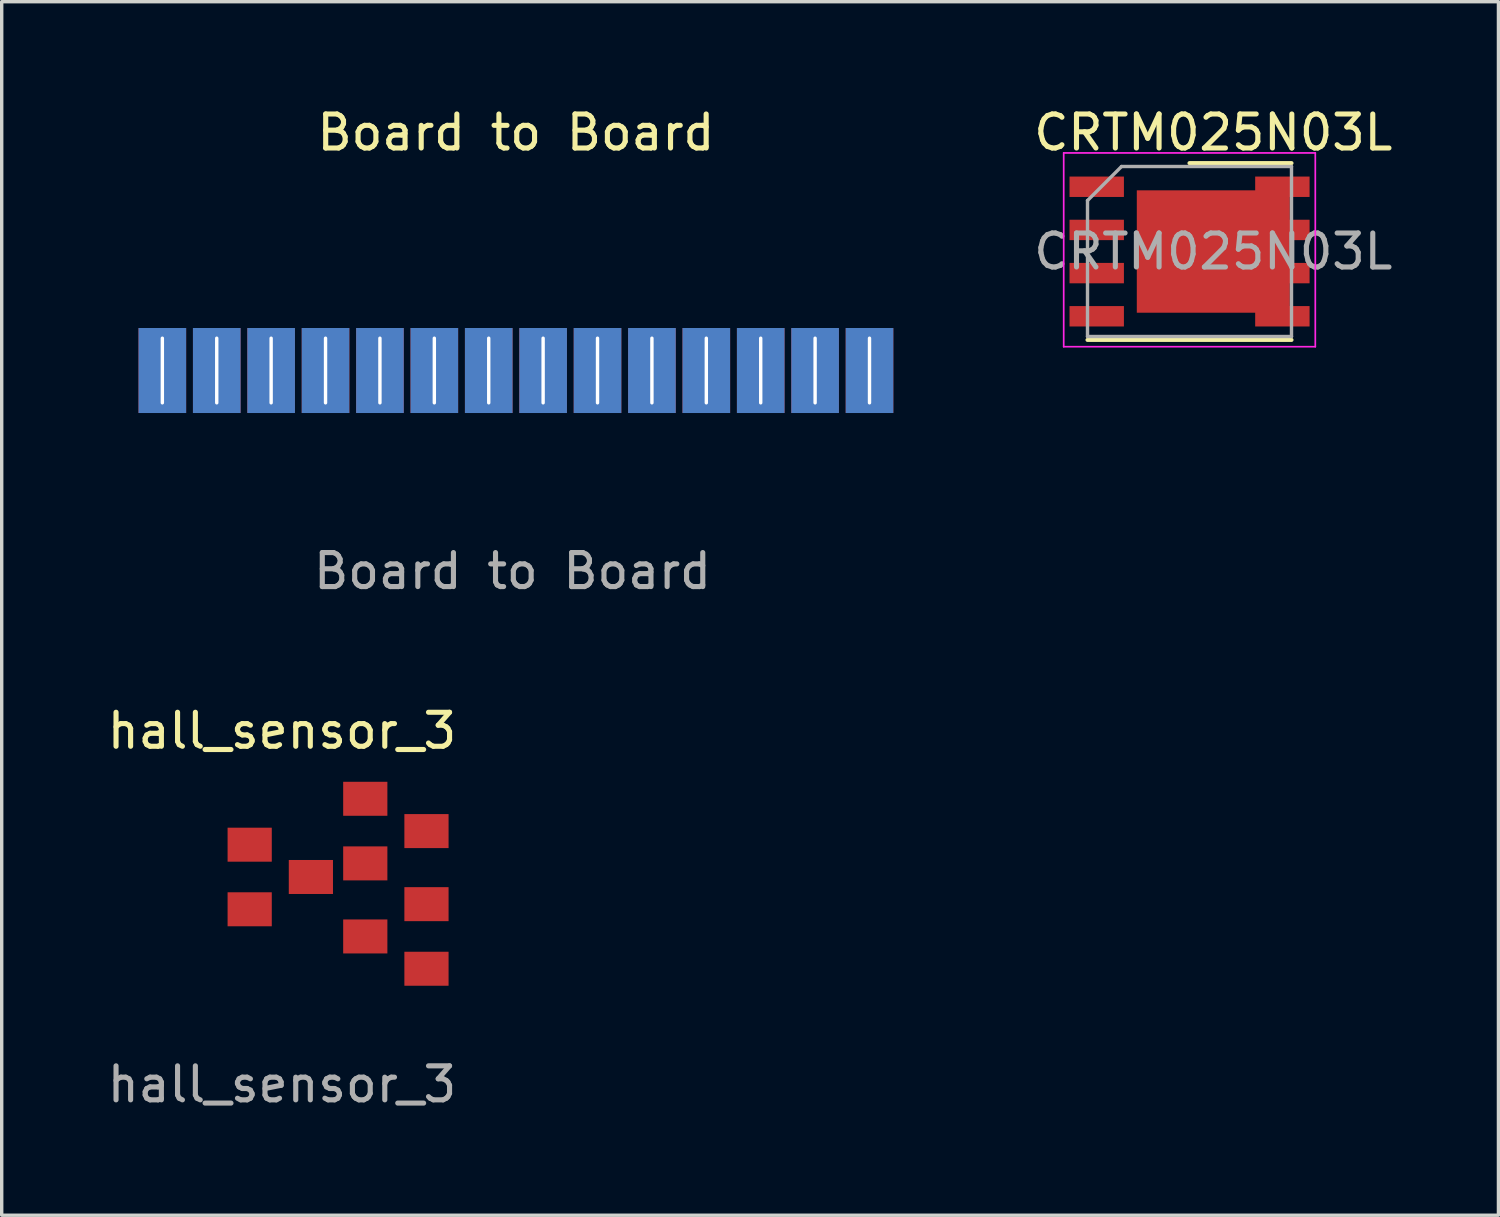
<source format=kicad_pcb>
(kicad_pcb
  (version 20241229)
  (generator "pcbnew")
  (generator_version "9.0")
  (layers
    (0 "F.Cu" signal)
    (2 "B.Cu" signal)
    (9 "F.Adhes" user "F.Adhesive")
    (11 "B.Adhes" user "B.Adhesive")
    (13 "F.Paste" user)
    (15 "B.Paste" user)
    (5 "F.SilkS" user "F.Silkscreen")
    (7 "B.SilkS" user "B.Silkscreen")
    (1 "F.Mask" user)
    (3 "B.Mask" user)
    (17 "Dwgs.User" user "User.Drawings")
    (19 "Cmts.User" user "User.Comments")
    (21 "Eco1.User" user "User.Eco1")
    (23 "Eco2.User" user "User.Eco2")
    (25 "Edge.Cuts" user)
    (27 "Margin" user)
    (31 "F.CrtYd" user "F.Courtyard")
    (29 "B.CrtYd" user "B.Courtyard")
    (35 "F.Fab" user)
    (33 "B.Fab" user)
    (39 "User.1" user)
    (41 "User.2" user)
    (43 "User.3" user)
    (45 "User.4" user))
  (footprint "CRTM025N03L"
    (layer "F.Cu")
    (at 32.637 4.348)
    (property "Reference" "CRTM025N03L" (at 0 -3.5 0) (layer "F.SilkS") (effects (font (size 1 1) (thickness 0.15))))
    (attr smd)
    (fp_line (start -3.7 2.6) (end 2.3 2.6) (stroke (width 0.12) (type solid)) (layer "F.SilkS"))
    (fp_line (start -0.7 -2.6) (end 2.3 -2.6) (stroke (width 0.12) (type solid)) (layer "F.SilkS"))
    (fp_line (start -4.4 -2.9) (end 3 -2.9) (stroke (width 0.05) (type solid)) (layer "F.CrtYd"))
    (fp_line (start -4.4 2.8) (end -4.4 -2.9) (stroke (width 0.05) (type solid)) (layer "F.CrtYd"))
    (fp_line (start 3 -2.9) (end 3 2.8) (stroke (width 0.05) (type solid)) (layer "F.CrtYd"))
    (fp_line (start 3 2.8) (end -4.4 2.8) (stroke (width 0.05) (type solid)) (layer "F.CrtYd"))
    (fp_line (start -3.7 2.5) (end -3.7 -1.5) (stroke (width 0.1) (type solid)) (layer "F.Fab"))
    (fp_line (start -2.7 -2.5) (end -3.7 -1.5) (stroke (width 0.1) (type solid)) (layer "F.Fab"))
    (fp_line (start -2.7 -2.5) (end 2.3 -2.5) (stroke (width 0.1) (type solid)) (layer "F.Fab"))
    (fp_line (start 2.3 -2.5) (end 2.3 2.5) (stroke (width 0.1) (type solid)) (layer "F.Fab"))
    (fp_line (start 2.3 2.5) (end -3.7 2.5) (stroke (width 0.1) (type solid)) (layer "F.Fab"))
    (fp_text user "${REFERENCE}" (at 0 0 0) (layer "F.Fab") (effects (font (size 1 1) (thickness 0.15))))
    (pad "" smd rect (at -1.5 -1.5 270) (size 0.8 0.8) (layers "F.Paste"))
    (pad "" smd rect (at -1.5 -0.5 270) (size 0.8 0.8) (layers "F.Paste"))
    (pad "" smd rect (at -1.5 0.5 270) (size 0.8 0.8) (layers "F.Paste"))
    (pad "" smd rect (at -1.5 1.5 270) (size 0.8 0.8) (layers "F.Paste"))
    (pad "" smd rect (at -0.5 -1.5 270) (size 0.8 0.8) (layers "F.Paste"))
    (pad "" smd rect (at -0.5 -0.5 270) (size 0.8 0.8) (layers "F.Paste"))
    (pad "" smd rect (at -0.5 0.5 270) (size 0.8 0.8) (layers "F.Paste"))
    (pad "" smd rect (at -0.5 1.5 270) (size 0.8 0.8) (layers "F.Paste"))
    (pad "" smd rect (at 0.5 -1.5 270) (size 0.8 0.8) (layers "F.Paste"))
    (pad "" smd rect (at 0.5 -0.5 270) (size 0.8 0.8) (layers "F.Paste"))
    (pad "" smd rect (at 0.5 0.5 270) (size 0.8 0.8) (layers "F.Paste"))
    (pad "" smd rect (at 0.5 1.5 270) (size 0.8 0.8) (layers "F.Paste"))
    (pad "" smd rect (at 1.5 -1.5 270) (size 0.8 0.8) (layers "F.Paste"))
    (pad "" smd rect (at 1.5 -0.5 270) (size 0.8 0.8) (layers "F.Paste"))
    (pad "" smd rect (at 1.5 0.5 270) (size 0.8 0.8) (layers "F.Paste"))
    (pad "" smd rect (at 1.5 1.5 270) (size 0.8 0.8) (layers "F.Paste"))
    (pad "1" smd rect (at -3.429 -1.905 270) (size 0.6 1.6) (layers "F.Cu" "F.Mask" "F.Paste"))
    (pad "2" smd rect (at -3.429 -0.635 270) (size 0.6 1.6) (layers "F.Cu" "F.Mask" "F.Paste"))
    (pad "3" smd rect (at -3.429 0.635 270) (size 0.6 1.6) (layers "F.Cu" "F.Mask" "F.Paste"))
    (pad "4" smd rect (at -3.429 1.905 270) (size 0.6 1.6) (layers "F.Cu" "F.Mask" "F.Paste"))
    (pad "5" smd rect (at 2.032 1.905 270) (size 0.6 1.6) (layers "F.Cu" "F.Mask" "F.Paste"))
    (pad "6" smd rect (at 2.032 0.635 270) (size 0.6 1.6) (layers "F.Cu" "F.Mask" "F.Paste"))
    (pad "7" smd rect (at 2.032 -0.635 270) (size 0.6 1.6) (layers "F.Cu" "F.Mask" "F.Paste"))
    (pad "8" smd rect (at 2.032 -1.905 270) (size 0.6 1.6) (layers "F.Cu" "F.Mask" "F.Paste"))
    (pad "9" smd rect (at 0 0 180) (size 4.5 3.6) (layers "F.Cu" "F.Mask")))
  (footprint "Board to Board"
    (layer "F.Cu")
    (at 12.125 6.848)
    (property "Reference" "Board to Board" (at 0 -6 0) (unlocked yes) (layer "F.SilkS") (effects (font (size 1 1) (thickness 0.15))))
    (attr through_hole)
    (fp_line (start -10.4 0) (end -12 0) (stroke (width 0.25) (type solid)) (layer "User.1"))
    (fp_line (start -10.4 1.5) (end -10.4 0) (stroke (width 0.25) (type solid)) (layer "User.1"))
    (fp_line (start -9.9 2) (end -9.3 2) (stroke (width 0.25) (type solid)) (layer "User.1"))
    (fp_line (start -8.8 0) (end -8.8 1.5) (stroke (width 0.25) (type solid)) (layer "User.1"))
    (fp_line (start -7.2 0) (end -8.8 0) (stroke (width 0.25) (type solid)) (layer "User.1"))
    (fp_line (start -7.2 1.5) (end -7.2 0) (stroke (width 0.25) (type solid)) (layer "User.1"))
    (fp_line (start -6.7 2) (end -6.1 2) (stroke (width 0.25) (type solid)) (layer "User.1"))
    (fp_line (start -5.6 0) (end -5.6 1.5) (stroke (width 0.25) (type solid)) (layer "User.1"))
    (fp_line (start -4 0) (end -5.6 0) (stroke (width 0.25) (type solid)) (layer "User.1"))
    (fp_line (start -4 1.5) (end -4 0) (stroke (width 0.25) (type solid)) (layer "User.1"))
    (fp_line (start -3.5 2) (end -2.9 2) (stroke (width 0.25) (type solid)) (layer "User.1"))
    (fp_line (start -2.4 0) (end -2.4 1.5) (stroke (width 0.25) (type solid)) (layer "User.1"))
    (fp_line (start -0.8 0) (end -2.4 0) (stroke (width 0.25) (type solid)) (layer "User.1"))
    (fp_line (start -0.8 1.5) (end -0.8 0) (stroke (width 0.25) (type solid)) (layer "User.1"))
    (fp_line (start -0.3 2) (end 0.3 2) (stroke (width 0.25) (type solid)) (layer "User.1"))
    (fp_line (start 0.8 0) (end 0.8 1.5) (stroke (width 0.25) (type solid)) (layer "User.1"))
    (fp_line (start 2.4 0) (end 0.8 0) (stroke (width 0.25) (type solid)) (layer "User.1"))
    (fp_line (start 2.4 1.5) (end 2.4 0) (stroke (width 0.25) (type solid)) (layer "User.1"))
    (fp_line (start 2.9 2) (end 3.5 2) (stroke (width 0.25) (type solid)) (layer "User.1"))
    (fp_line (start 4 0) (end 4 1.5) (stroke (width 0.25) (type solid)) (layer "User.1"))
    (fp_line (start 5.6 0) (end 4 0) (stroke (width 0.25) (type solid)) (layer "User.1"))
    (fp_line (start 5.6 1.5) (end 5.6 0) (stroke (width 0.25) (type solid)) (layer "User.1"))
    (fp_line (start 6.1 2) (end 6.7 2) (stroke (width 0.25) (type solid)) (layer "User.1"))
    (fp_line (start 7.2 0) (end 7.2 1.5) (stroke (width 0.25) (type solid)) (layer "User.1"))
    (fp_line (start 8.8 0) (end 7.2 0) (stroke (width 0.25) (type solid)) (layer "User.1"))
    (fp_line (start 8.8 1.5) (end 8.8 0) (stroke (width 0.25) (type solid)) (layer "User.1"))
    (fp_line (start 9.3 2) (end 9.9 2) (stroke (width 0.25) (type solid)) (layer "User.1"))
    (fp_line (start 10.4 0) (end 10.4 1.5) (stroke (width 0.25) (type solid)) (layer "User.1"))
    (fp_line (start 12 0) (end 10.4 0) (stroke (width 0.25) (type solid)) (layer "User.1"))
    (fp_arc (start -9.9 2) (mid -10.253553 1.853553) (end -10.4 1.5) (stroke (width 0.25) (type solid)) (layer "User.1"))
    (fp_arc (start -8.8 1.5) (mid -8.946447 1.853553) (end -9.3 2) (stroke (width 0.25) (type solid)) (layer "User.1"))
    (fp_arc (start -6.7 2) (mid -7.053553 1.853553) (end -7.2 1.5) (stroke (width 0.25) (type solid)) (layer "User.1"))
    (fp_arc (start -5.6 1.5) (mid -5.746447 1.853553) (end -6.1 2) (stroke (width 0.25) (type solid)) (layer "User.1"))
    (fp_arc (start -3.5 2) (mid -3.853553 1.853553) (end -4 1.5) (stroke (width 0.25) (type solid)) (layer "User.1"))
    (fp_arc (start -2.4 1.5) (mid -2.546447 1.853553) (end -2.9 2) (stroke (width 0.25) (type solid)) (layer "User.1"))
    (fp_arc (start -0.3 2) (mid -0.653553 1.853553) (end -0.8 1.5) (stroke (width 0.25) (type solid)) (layer "User.1"))
    (fp_arc (start 0.8 1.5) (mid 0.653553 1.853553) (end 0.3 2) (stroke (width 0.25) (type solid)) (layer "User.1"))
    (fp_arc (start 2.9 2) (mid 2.546447 1.853553) (end 2.4 1.5) (stroke (width 0.25) (type solid)) (layer "User.1"))
    (fp_arc (start 4 1.5) (mid 3.853553 1.853553) (end 3.5 2) (stroke (width 0.25) (type solid)) (layer "User.1"))
    (fp_arc (start 6.1 2) (mid 5.746447 1.853553) (end 5.6 1.5) (stroke (width 0.25) (type solid)) (layer "User.1"))
    (fp_arc (start 7.2 1.5) (mid 7.053553 1.853553) (end 6.7 2) (stroke (width 0.25) (type solid)) (layer "User.1"))
    (fp_arc (start 9.3 2) (mid 8.946447 1.853553) (end 8.8 1.5) (stroke (width 0.25) (type solid)) (layer "User.1"))
    (fp_arc (start 10.4 1.5) (mid 10.253553 1.853553) (end 9.9 2) (stroke (width 0.25) (type solid)) (layer "User.1"))
    (fp_text user "${REFERENCE}" (at -0.1 6.9 0) (unlocked yes) (layer "F.Fab") (effects (font (size 1 1) (thickness 0.15))))
    (pad "1" thru_hole rect (at -10.4 1) (size 1.4 2.5) (drill oval 0.1 2) (layers "*.Cu" "*.Mask"))
    (pad "2" thru_hole rect (at -8.8 1) (size 1.4 2.5) (drill oval 0.1 2) (layers "*.Cu" "*.Mask"))
    (pad "3" thru_hole rect (at -7.2 1) (size 1.4 2.5) (drill oval 0.1 2) (layers "*.Cu" "*.Mask"))
    (pad "4" thru_hole rect (at -5.6 1) (size 1.4 2.5) (drill oval 0.1 2) (layers "*.Cu" "*.Mask"))
    (pad "5" thru_hole rect (at -4 1) (size 1.4 2.5) (drill oval 0.1 2) (layers "*.Cu" "*.Mask"))
    (pad "6" thru_hole rect (at -2.4 1) (size 1.4 2.5) (drill oval 0.1 2) (layers "*.Cu" "*.Mask"))
    (pad "7" thru_hole rect (at -0.8 1) (size 1.4 2.5) (drill oval 0.1 2) (layers "*.Cu" "*.Mask"))
    (pad "8" thru_hole rect (at 0.8 1) (size 1.4 2.5) (drill oval 0.1 2) (layers "*.Cu" "*.Mask"))
    (pad "9" thru_hole rect (at 2.4 1) (size 1.4 2.5) (drill oval 0.1 2) (layers "*.Cu" "*.Mask"))
    (pad "10" thru_hole rect (at 4 1) (size 1.4 2.5) (drill oval 0.1 2) (layers "*.Cu" "*.Mask"))
    (pad "11" thru_hole rect (at 5.6 1) (size 1.4 2.5) (drill oval 0.1 2) (layers "*.Cu" "*.Mask"))
    (pad "12" thru_hole rect (at 7.2 1) (size 1.4 2.5) (drill oval 0.1 2) (layers "*.Cu" "*.Mask"))
    (pad "13" thru_hole rect (at 8.8 1) (size 1.4 2.5) (drill oval 0.1 2) (layers "*.Cu" "*.Mask"))
    (pad "14" thru_hole rect (at 10.4 1) (size 1.4 2.5) (drill oval 0.1 2) (layers "*.Cu" "*.Mask")))
  (footprint "hall_sensor_3"
    (layer "F.Cu")
    (at 5.244 22.945)
    (property "Reference" "hall_sensor_3" (at 0 -4.5 0) (unlocked yes) (layer "F.SilkS") (effects (font (size 1 1) (thickness 0.15))))
    (attr through_hole)
    (fp_text user "${REFERENCE}" (at 0 5.9 0) (unlocked yes) (layer "F.Fab") (effects (font (size 1 1) (thickness 0.15))))
    (pad "1" smd rect (at -0.95 0.75) (size 1.3 1) (layers "F.Cu" "F.Mask" "F.Paste"))
    (pad "2" smd rect (at -0.95 -1.15) (size 1.3 1) (layers "F.Cu" "F.Mask" "F.Paste"))
    (pad "3" smd rect (at 0.85 -0.2) (size 1.3 1) (layers "F.Cu" "F.Mask" "F.Paste"))
    (pad "4" smd rect (at 2.45 -0.6) (size 1.3 1) (layers "F.Cu" "F.Mask" "F.Paste"))
    (pad "5" smd rect (at 2.45 -2.5) (size 1.3 1) (layers "F.Cu" "F.Mask" "F.Paste"))
    (pad "6" smd rect (at 4.25 -1.55) (size 1.3 1) (layers "F.Cu" "F.Mask" "F.Paste"))
    (pad "7" smd rect (at 4.25 0.599) (size 1.3 1) (layers "F.Cu" "F.Mask" "F.Paste"))
    (pad "8" smd rect (at 4.25 2.499) (size 1.3 1) (layers "F.Cu" "F.Mask" "F.Paste"))
    (pad "9" smd rect (at 2.45 1.549) (size 1.3 1) (layers "F.Cu" "F.Mask" "F.Paste")))
  (gr_rect
    (start -3 -3)
    (end 41.024 32.693)
    (stroke (width 0.1) (type default))
    (fill no)
    (layer "Edge.Cuts")))
</source>
